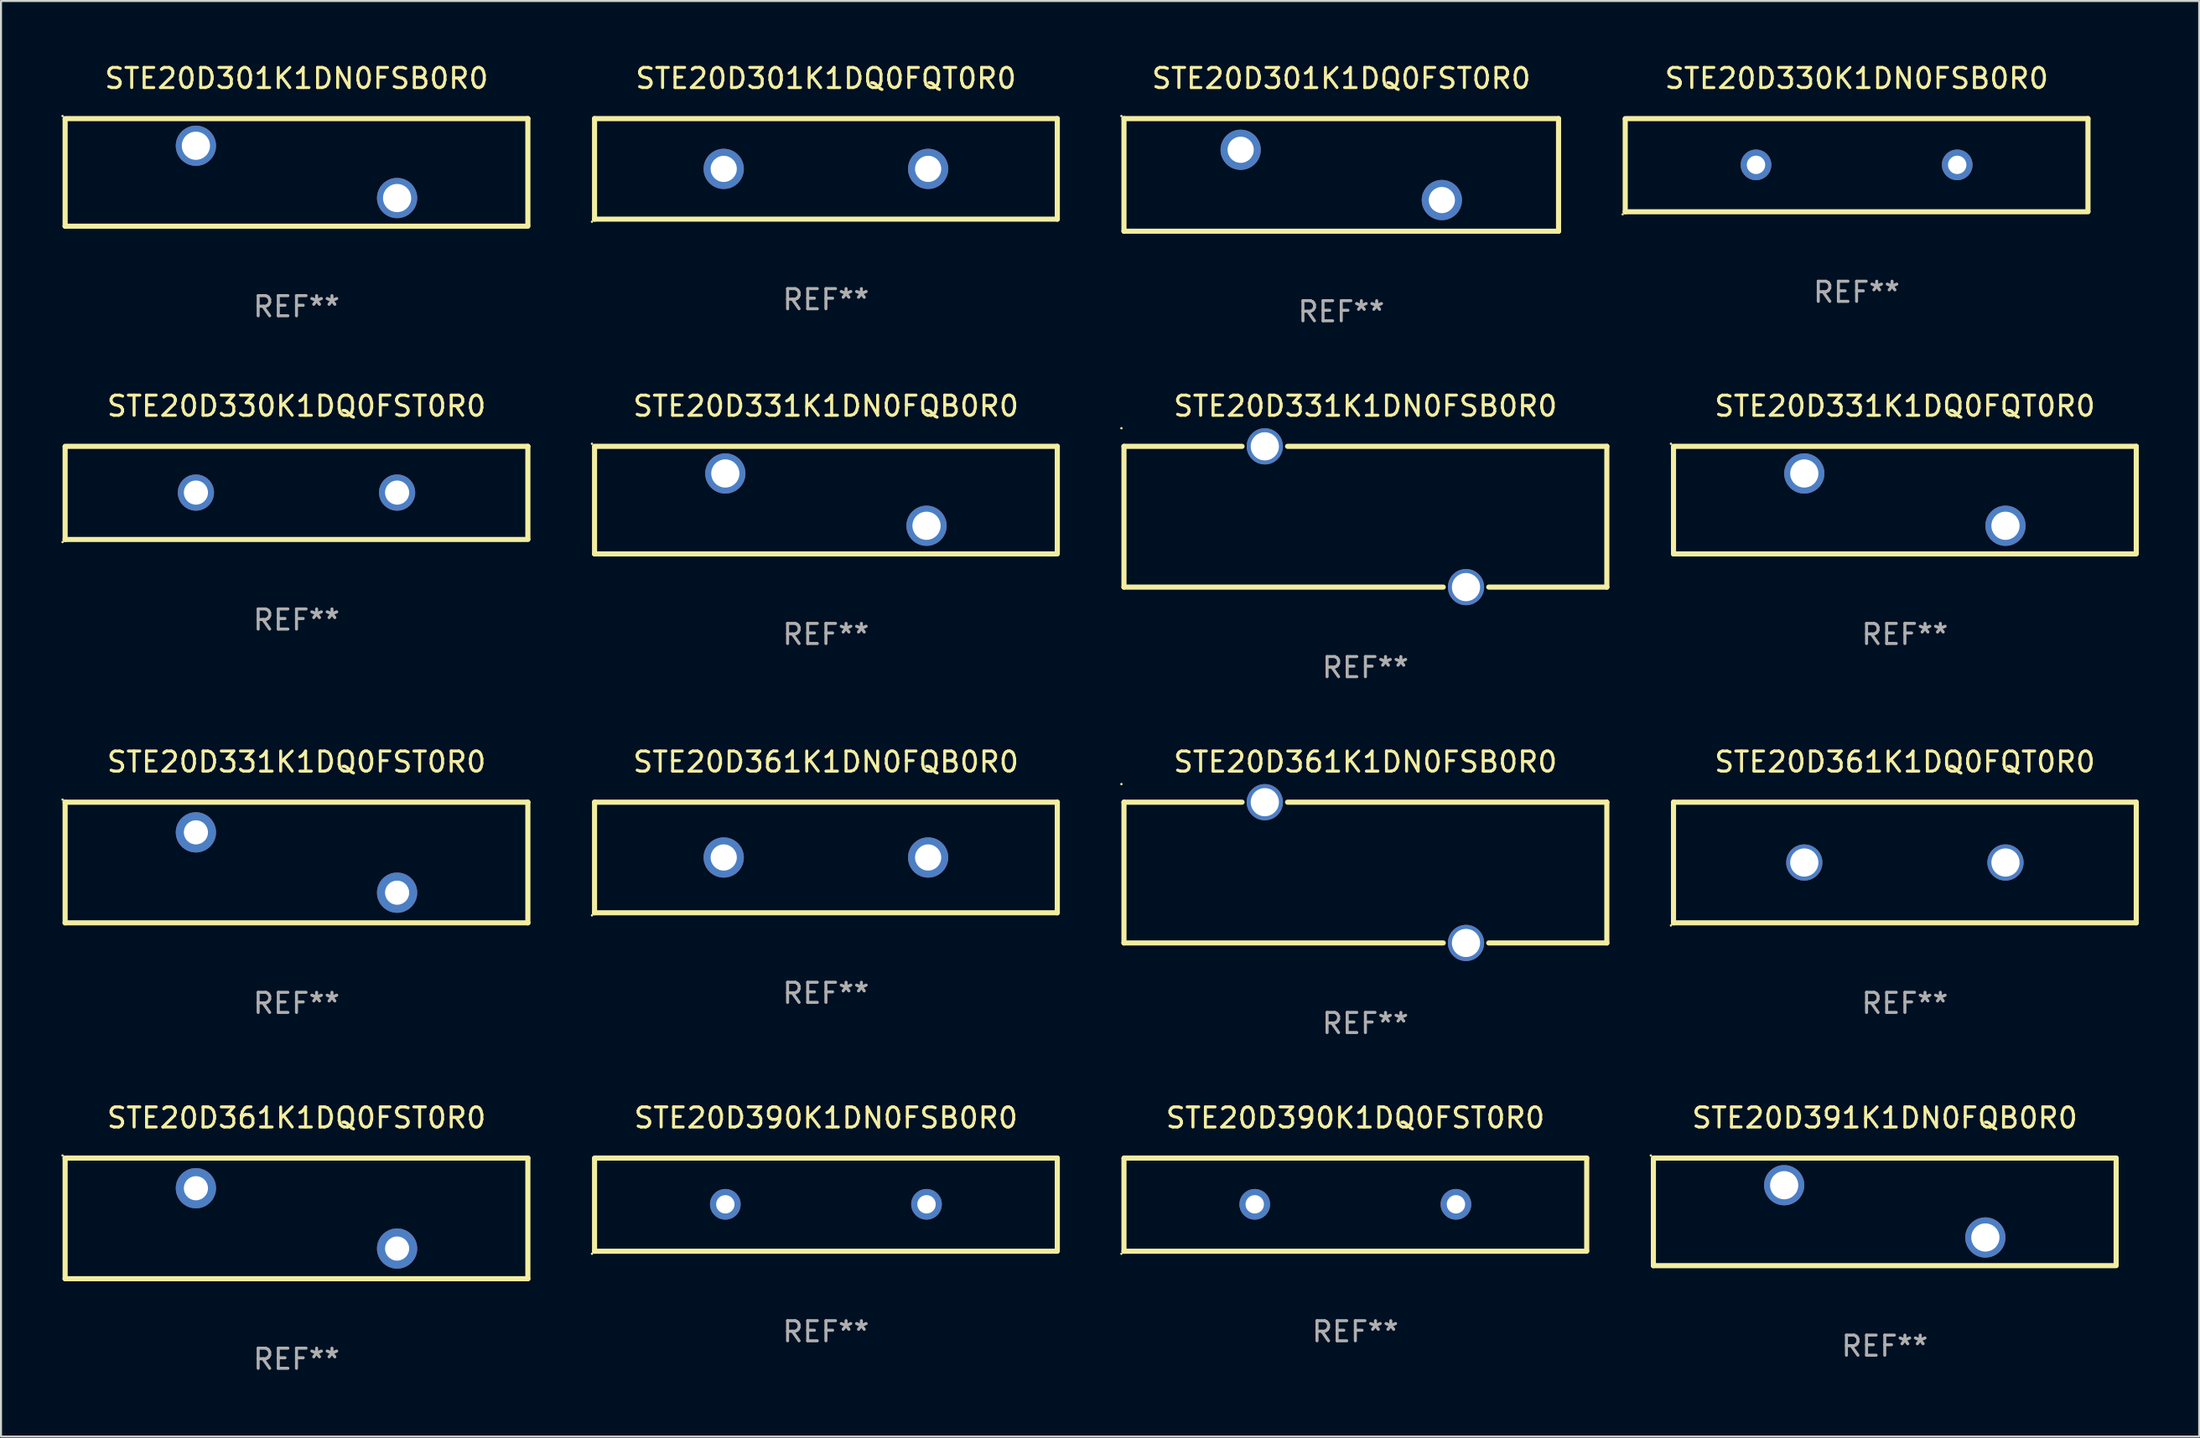
<source format=kicad_pcb>
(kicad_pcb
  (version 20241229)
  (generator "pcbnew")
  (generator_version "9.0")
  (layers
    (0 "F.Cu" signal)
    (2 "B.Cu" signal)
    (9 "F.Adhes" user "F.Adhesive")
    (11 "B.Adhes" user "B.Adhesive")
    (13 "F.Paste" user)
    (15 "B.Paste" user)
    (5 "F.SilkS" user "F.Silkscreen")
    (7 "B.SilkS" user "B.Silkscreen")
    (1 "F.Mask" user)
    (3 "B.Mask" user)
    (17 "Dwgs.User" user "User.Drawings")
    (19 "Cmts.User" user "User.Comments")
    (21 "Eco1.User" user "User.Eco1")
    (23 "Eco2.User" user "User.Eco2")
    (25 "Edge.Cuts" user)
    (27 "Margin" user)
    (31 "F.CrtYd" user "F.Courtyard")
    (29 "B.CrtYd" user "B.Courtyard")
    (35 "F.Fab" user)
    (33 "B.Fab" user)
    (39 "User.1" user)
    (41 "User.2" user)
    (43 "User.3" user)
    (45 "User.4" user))
  (footprint "STE20D330K1DQ0FST0R0"
    (layer "F.Cu")
    (at 11.687 21.461)
    (property "Reference" "STE20D330K1DQ0FST0R0" (at 0 -4.316 0) (layer "F.SilkS") (effects (font (size 1 1) (thickness 0.15))))
    (attr through_hole)
    (fp_line (start -11.5 -2.316) (end 11.5 -2.316) (stroke (width 0.254) (type solid)) (layer "F.SilkS"))
    (fp_line (start -11.5 2.316) (end -11.5 -2.284) (stroke (width 0.254) (type solid)) (layer "F.SilkS"))
    (fp_line (start 11.5 -2.316) (end 11.5 2.284) (stroke (width 0.254) (type solid)) (layer "F.SilkS"))
    (fp_line (start 11.5 2.316) (end -11.5 2.316) (stroke (width 0.254) (type solid)) (layer "F.SilkS"))
    (fp_circle (center -11.627 2.443) (end -11.597 2.443) (stroke (width 0.06) (type solid)) (fill no) (layer "F.SilkS"))
    (fp_text user "REF**" (at 0 6.316 0) (layer "F.Fab") (effects (font (size 1 1) (thickness 0.15))))
    (pad "1" thru_hole circle (at -5 -0.016) (size 1.8 1.8) (drill 1.2) (layers "*.Cu" "*.Mask"))
    (pad "2" thru_hole circle (at 5 -0.016) (size 1.8 1.8) (drill 1.2) (layers "*.Cu" "*.Mask")))
  (footprint "STE20D391K1DN0FQB0R0"
    (layer "F.Cu")
    (at 90.629 57.213)
    (property "Reference" "STE20D391K1DN0FQB0R0" (at 0 -4.675 0) (layer "F.SilkS") (effects (font (size 1 1) (thickness 0.15))))
    (attr through_hole)
    (fp_line (start -11.5 -2.675) (end 11.5 -2.675) (stroke (width 0.254) (type solid)) (layer "F.SilkS"))
    (fp_line (start -11.5 2.675) (end -11.5 -2.625) (stroke (width 0.254) (type solid)) (layer "F.SilkS"))
    (fp_line (start 11.5 -2.675) (end 11.5 2.625) (stroke (width 0.254) (type solid)) (layer "F.SilkS"))
    (fp_line (start 11.5 2.675) (end -11.5 2.675) (stroke (width 0.254) (type solid)) (layer "F.SilkS"))
    (fp_circle (center -11.627 -2.802) (end -11.597 -2.802) (stroke (width 0.06) (type solid)) (fill no) (layer "F.SilkS"))
    (fp_text user "REF**" (at 0 6.675 0) (layer "F.Fab") (effects (font (size 1 1) (thickness 0.15))))
    (pad "1" thru_hole circle (at -5 -1.325) (size 2 2) (drill 1.4) (layers "*.Cu" "*.Mask"))
    (pad "2" thru_hole circle (at 5 1.275) (size 2 2) (drill 1.4) (layers "*.Cu" "*.Mask")))
  (footprint "STE20D361K1DN0FQB0R0"
    (layer "F.Cu")
    (at 38.001 39.591)
    (property "Reference" "STE20D361K1DN0FQB0R0" (at 0 -4.75 0) (layer "F.SilkS") (effects (font (size 1 1) (thickness 0.15))))
    (attr through_hole)
    (fp_line (start -11.5 -2.75) (end 11.5 -2.75) (stroke (width 0.254) (type solid)) (layer "F.SilkS"))
    (fp_line (start -11.5 2.75) (end -11.5 -2.75) (stroke (width 0.254) (type solid)) (layer "F.SilkS"))
    (fp_line (start 11.5 -2.75) (end 11.5 2.75) (stroke (width 0.254) (type solid)) (layer "F.SilkS"))
    (fp_line (start 11.5 2.75) (end -11.5 2.75) (stroke (width 0.254) (type solid)) (layer "F.SilkS"))
    (fp_circle (center -11.627 2.877) (end -11.597 2.877) (stroke (width 0.06) (type solid)) (fill no) (layer "F.SilkS"))
    (fp_text user "REF**" (at 0 6.75 0) (layer "F.Fab") (effects (font (size 1 1) (thickness 0.15))))
    (pad "1" thru_hole circle (at -5.08 -0.000013) (size 2 2) (drill 1.3) (layers "*.Cu" "*.Mask"))
    (pad "2" thru_hole circle (at 5.08 -0.000013) (size 2 2) (drill 1.3) (layers "*.Cu" "*.Mask")))
  (footprint "STE20D301K1DQ0FQT0R0"
    (layer "F.Cu")
    (at 38.001 5.348)
    (property "Reference" "STE20D301K1DQ0FQT0R0" (at 0 -4.5 0) (layer "F.SilkS") (effects (font (size 1 1) (thickness 0.15))))
    (attr through_hole)
    (fp_line (start -11.5 -2.5) (end 11.5 -2.5) (stroke (width 0.254) (type solid)) (layer "F.SilkS"))
    (fp_line (start -11.5 2.5) (end -11.5 -2.5) (stroke (width 0.254) (type solid)) (layer "F.SilkS"))
    (fp_line (start 11.5 -2.5) (end 11.5 2.5) (stroke (width 0.254) (type solid)) (layer "F.SilkS"))
    (fp_line (start 11.5 2.5) (end -11.5 2.5) (stroke (width 0.254) (type solid)) (layer "F.SilkS"))
    (fp_circle (center -11.627 2.627) (end -11.597 2.627) (stroke (width 0.06) (type solid)) (fill no) (layer "F.SilkS"))
    (fp_text user "REF**" (at 0 6.5 0) (layer "F.Fab") (effects (font (size 1 1) (thickness 0.15))))
    (pad "1" thru_hole circle (at -5.08 0) (size 2 2) (drill 1.3) (layers "*.Cu" "*.Mask"))
    (pad "2" thru_hole circle (at 5.08 0) (size 2 2) (drill 1.3) (layers "*.Cu" "*.Mask")))
  (footprint "STE20D361K1DQ0FST0R0"
    (layer "F.Cu")
    (at 11.687 57.538)
    (property "Reference" "STE20D361K1DQ0FST0R0" (at 0 -5 0) (layer "F.SilkS") (effects (font (size 1 1) (thickness 0.15))))
    (attr through_hole)
    (fp_line (start -11.5 -3) (end 11.5 -3) (stroke (width 0.254) (type solid)) (layer "F.SilkS"))
    (fp_line (start -11.5 3) (end -11.5 -3) (stroke (width 0.254) (type solid)) (layer "F.SilkS"))
    (fp_line (start 11.5 -3) (end 11.5 3) (stroke (width 0.254) (type solid)) (layer "F.SilkS"))
    (fp_line (start 11.5 3) (end -11.5 3) (stroke (width 0.254) (type solid)) (layer "F.SilkS"))
    (fp_circle (center -11.627 -3.127) (end -11.597 -3.127) (stroke (width 0.06) (type solid)) (fill no) (layer "F.SilkS"))
    (fp_text user "REF**" (at 0 7 0) (layer "F.Fab") (effects (font (size 1 1) (thickness 0.15))))
    (pad "1" thru_hole circle (at -5 -1.5) (size 2 2) (drill 1.2) (layers "*.Cu" "*.Mask"))
    (pad "2" thru_hole circle (at 5 1.5) (size 2 2) (drill 1.2) (layers "*.Cu" "*.Mask")))
  (footprint "STE20D301K1DQ0FST0R0"
    (layer "F.Cu")
    (at 63.615 5.648)
    (property "Reference" "STE20D301K1DQ0FST0R0" (at 0 -4.8 0) (layer "F.SilkS") (effects (font (size 1 1) (thickness 0.15))))
    (attr through_hole)
    (fp_line (start -10.8 -2.8) (end 10.8 -2.8) (stroke (width 0.254) (type solid)) (layer "F.SilkS"))
    (fp_line (start -10.8 2.8) (end -10.8 -2.8) (stroke (width 0.254) (type solid)) (layer "F.SilkS"))
    (fp_line (start 10.8 -2.8) (end 10.8 2.8) (stroke (width 0.254) (type solid)) (layer "F.SilkS"))
    (fp_line (start 10.8 2.8) (end -10.8 2.8) (stroke (width 0.254) (type solid)) (layer "F.SilkS"))
    (fp_circle (center -10.927 -2.927) (end -10.897 -2.927) (stroke (width 0.06) (type solid)) (fill no) (layer "F.SilkS"))
    (fp_text user "REF**" (at 0 6.8 0) (layer "F.Fab") (effects (font (size 1 1) (thickness 0.15))))
    (pad "1" thru_hole circle (at -5 -1.25) (size 2 2) (drill 1.3) (layers "*.Cu" "*.Mask"))
    (pad "2" thru_hole circle (at 5 1.25) (size 2 2) (drill 1.3) (layers "*.Cu" "*.Mask")))
  (footprint "STE20D301K1DN0FSB0R0"
    (layer "F.Cu")
    (at 11.687 5.523)
    (property "Reference" "STE20D301K1DN0FSB0R0" (at 0 -4.675 0) (layer "F.SilkS") (effects (font (size 1 1) (thickness 0.15))))
    (attr through_hole)
    (fp_line (start -11.5 -2.675) (end 11.5 -2.675) (stroke (width 0.254) (type solid)) (layer "F.SilkS"))
    (fp_line (start -11.5 2.675) (end -11.5 -2.625) (stroke (width 0.254) (type solid)) (layer "F.SilkS"))
    (fp_line (start 11.5 -2.675) (end 11.5 2.625) (stroke (width 0.254) (type solid)) (layer "F.SilkS"))
    (fp_line (start 11.5 2.675) (end -11.5 2.675) (stroke (width 0.254) (type solid)) (layer "F.SilkS"))
    (fp_circle (center -11.627 -2.802) (end -11.597 -2.802) (stroke (width 0.06) (type solid)) (fill no) (layer "F.SilkS"))
    (fp_text user "REF**" (at 0 6.675 0) (layer "F.Fab") (effects (font (size 1 1) (thickness 0.15))))
    (pad "1" thru_hole circle (at -5 -1.325) (size 2 2) (drill 1.4) (layers "*.Cu" "*.Mask"))
    (pad "2" thru_hole circle (at 5 1.275) (size 2 2) (drill 1.4) (layers "*.Cu" "*.Mask")))
  (footprint "STE20D331K1DQ0FST0R0"
    (layer "F.Cu")
    (at 11.687 39.841)
    (property "Reference" "STE20D331K1DQ0FST0R0" (at 0 -5 0) (layer "F.SilkS") (effects (font (size 1 1) (thickness 0.15))))
    (attr through_hole)
    (fp_line (start -11.5 -3) (end 11.5 -3) (stroke (width 0.254) (type solid)) (layer "F.SilkS"))
    (fp_line (start -11.5 3) (end -11.5 -3) (stroke (width 0.254) (type solid)) (layer "F.SilkS"))
    (fp_line (start 11.5 -3) (end 11.5 3) (stroke (width 0.254) (type solid)) (layer "F.SilkS"))
    (fp_line (start 11.5 3) (end -11.5 3) (stroke (width 0.254) (type solid)) (layer "F.SilkS"))
    (fp_circle (center -11.627 -3.127) (end -11.597 -3.127) (stroke (width 0.06) (type solid)) (fill no) (layer "F.SilkS"))
    (fp_text user "REF**" (at 0 7 0) (layer "F.Fab") (effects (font (size 1 1) (thickness 0.15))))
    (pad "1" thru_hole circle (at -5 -1.5) (size 2 2) (drill 1.2) (layers "*.Cu" "*.Mask"))
    (pad "2" thru_hole circle (at 5 1.5) (size 2 2) (drill 1.2) (layers "*.Cu" "*.Mask")))
  (footprint "STE20D331K1DQ0FQT0R0"
    (layer "F.Cu")
    (at 91.629 21.82)
    (property "Reference" "STE20D331K1DQ0FQT0R0" (at 0 -4.675 0) (layer "F.SilkS") (effects (font (size 1 1) (thickness 0.15))))
    (attr through_hole)
    (fp_line (start -11.5 -2.675) (end 11.5 -2.675) (stroke (width 0.254) (type solid)) (layer "F.SilkS"))
    (fp_line (start -11.5 2.675) (end -11.5 -2.625) (stroke (width 0.254) (type solid)) (layer "F.SilkS"))
    (fp_line (start 11.5 -2.675) (end 11.5 2.625) (stroke (width 0.254) (type solid)) (layer "F.SilkS"))
    (fp_line (start 11.5 2.675) (end -11.5 2.675) (stroke (width 0.254) (type solid)) (layer "F.SilkS"))
    (fp_circle (center -11.627 -2.802) (end -11.597 -2.802) (stroke (width 0.06) (type solid)) (fill no) (layer "F.SilkS"))
    (fp_text user "REF**" (at 0 6.675 0) (layer "F.Fab") (effects (font (size 1 1) (thickness 0.15))))
    (pad "1" thru_hole circle (at -5 -1.325) (size 2 2) (drill 1.4) (layers "*.Cu" "*.Mask"))
    (pad "2" thru_hole circle (at 5 1.275) (size 2 2) (drill 1.4) (layers "*.Cu" "*.Mask")))
  (footprint "STE20D331K1DN0FSB0R0"
    (layer "F.Cu")
    (at 64.815 22.645)
    (property "Reference" "STE20D331K1DN0FSB0R0" (at 0 -5.5 0) (layer "F.SilkS") (effects (font (size 1 1) (thickness 0.15))))
    (attr through_hole)
    (fp_line (start -12 -3.5) (end -6.131 -3.5) (stroke (width 0.254) (type solid)) (layer "F.SilkS"))
    (fp_line (start -12 3.5) (end -12 -3.5) (stroke (width 0.254) (type solid)) (layer "F.SilkS"))
    (fp_line (start -3.869 -3.5) (end 12 -3.5) (stroke (width 0.254) (type solid)) (layer "F.SilkS"))
    (fp_line (start 3.869 3.5) (end -12 3.5) (stroke (width 0.254) (type solid)) (layer "F.SilkS"))
    (fp_line (start 12 -3.5) (end 12 3.5) (stroke (width 0.254) (type solid)) (layer "F.SilkS"))
    (fp_line (start 12 3.5) (end 6.131 3.5) (stroke (width 0.254) (type solid)) (layer "F.SilkS"))
    (fp_circle (center -12.127 -4.4) (end -12.097 -4.4) (stroke (width 0.06) (type solid)) (fill no) (layer "F.SilkS"))
    (fp_text user "REF**" (at 0 7.5 0) (layer "F.Fab") (effects (font (size 1 1) (thickness 0.15))))
    (pad "1" thru_hole circle (at -5 -3.5) (size 1.8 1.8) (drill 1.4) (layers "*.Cu" "*.Mask"))
    (pad "2" thru_hole circle (at 5 3.5) (size 1.8 1.8) (drill 1.4) (layers "*.Cu" "*.Mask")))
  (footprint "STE20D330K1DN0FSB0R0"
    (layer "F.Cu")
    (at 89.229 5.164)
    (property "Reference" "STE20D330K1DN0FSB0R0" (at 0 -4.316 0) (layer "F.SilkS") (effects (font (size 1 1) (thickness 0.15))))
    (attr through_hole)
    (fp_line (start -11.5 -2.316) (end 11.5 -2.316) (stroke (width 0.254) (type solid)) (layer "F.SilkS"))
    (fp_line (start -11.5 2.316) (end -11.5 -2.284) (stroke (width 0.254) (type solid)) (layer "F.SilkS"))
    (fp_line (start 11.5 -2.316) (end 11.5 2.284) (stroke (width 0.254) (type solid)) (layer "F.SilkS"))
    (fp_line (start 11.5 2.316) (end -11.5 2.316) (stroke (width 0.254) (type solid)) (layer "F.SilkS"))
    (fp_circle (center -11.627 2.443) (end -11.597 2.443) (stroke (width 0.06) (type solid)) (fill no) (layer "F.SilkS"))
    (fp_text user "REF**" (at 0 6.316 0) (layer "F.Fab") (effects (font (size 1 1) (thickness 0.15))))
    (pad "1" thru_hole circle (at -5 -0.016) (size 1.524 1.524) (drill 0.914) (layers "*.Cu" "*.Mask"))
    (pad "2" thru_hole circle (at 5 -0.016) (size 1.524 1.524) (drill 0.914) (layers "*.Cu" "*.Mask")))
  (footprint "STE20D390K1DN0FSB0R0"
    (layer "F.Cu")
    (at 38.001 56.854)
    (property "Reference" "STE20D390K1DN0FSB0R0" (at 0 -4.316 0) (layer "F.SilkS") (effects (font (size 1 1) (thickness 0.15))))
    (attr through_hole)
    (fp_line (start -11.5 -2.316) (end 11.5 -2.316) (stroke (width 0.254) (type solid)) (layer "F.SilkS"))
    (fp_line (start -11.5 2.316) (end -11.5 -2.284) (stroke (width 0.254) (type solid)) (layer "F.SilkS"))
    (fp_line (start 11.5 -2.316) (end 11.5 2.284) (stroke (width 0.254) (type solid)) (layer "F.SilkS"))
    (fp_line (start 11.5 2.316) (end -11.5 2.316) (stroke (width 0.254) (type solid)) (layer "F.SilkS"))
    (fp_circle (center -11.627 2.443) (end -11.597 2.443) (stroke (width 0.06) (type solid)) (fill no) (layer "F.SilkS"))
    (fp_text user "REF**" (at 0 6.316 0) (layer "F.Fab") (effects (font (size 1 1) (thickness 0.15))))
    (pad "1" thru_hole circle (at -5 -0.016) (size 1.524 1.524) (drill 0.914) (layers "*.Cu" "*.Mask"))
    (pad "2" thru_hole circle (at 5 -0.016) (size 1.524 1.524) (drill 0.914) (layers "*.Cu" "*.Mask")))
  (footprint "STE20D361K1DQ0FQT0R0"
    (layer "F.Cu")
    (at 91.629 39.841)
    (property "Reference" "STE20D361K1DQ0FQT0R0" (at 0 -5 0) (layer "F.SilkS") (effects (font (size 1 1) (thickness 0.15))))
    (attr through_hole)
    (fp_line (start -11.5 -3) (end 11.5 -3) (stroke (width 0.254) (type solid)) (layer "F.SilkS"))
    (fp_line (start -11.5 3) (end -11.5 -3) (stroke (width 0.254) (type solid)) (layer "F.SilkS"))
    (fp_line (start 11.5 -3) (end 11.5 3) (stroke (width 0.254) (type solid)) (layer "F.SilkS"))
    (fp_line (start 11.5 3) (end -11.5 3) (stroke (width 0.254) (type solid)) (layer "F.SilkS"))
    (fp_circle (center -11.627 3.127) (end -11.597 3.127) (stroke (width 0.06) (type solid)) (fill no) (layer "F.SilkS"))
    (fp_text user "REF**" (at 0 7 0) (layer "F.Fab") (effects (font (size 1 1) (thickness 0.15))))
    (pad "1" thru_hole circle (at -5 0) (size 1.8 1.8) (drill 1.4) (layers "*.Cu" "*.Mask"))
    (pad "2" thru_hole circle (at 5 0) (size 1.8 1.8) (drill 1.4) (layers "*.Cu" "*.Mask")))
  (footprint "STE20D331K1DN0FQB0R0"
    (layer "F.Cu")
    (at 38.001 21.82)
    (property "Reference" "STE20D331K1DN0FQB0R0" (at 0 -4.675 0) (layer "F.SilkS") (effects (font (size 1 1) (thickness 0.15))))
    (attr through_hole)
    (fp_line (start -11.5 -2.675) (end 11.5 -2.675) (stroke (width 0.254) (type solid)) (layer "F.SilkS"))
    (fp_line (start -11.5 2.675) (end -11.5 -2.625) (stroke (width 0.254) (type solid)) (layer "F.SilkS"))
    (fp_line (start 11.5 -2.675) (end 11.5 2.625) (stroke (width 0.254) (type solid)) (layer "F.SilkS"))
    (fp_line (start 11.5 2.675) (end -11.5 2.675) (stroke (width 0.254) (type solid)) (layer "F.SilkS"))
    (fp_circle (center -11.627 -2.802) (end -11.597 -2.802) (stroke (width 0.06) (type solid)) (fill no) (layer "F.SilkS"))
    (fp_text user "REF**" (at 0 6.675 0) (layer "F.Fab") (effects (font (size 1 1) (thickness 0.15))))
    (pad "1" thru_hole circle (at -5 -1.325) (size 2 2) (drill 1.4) (layers "*.Cu" "*.Mask"))
    (pad "2" thru_hole circle (at 5 1.275) (size 2 2) (drill 1.4) (layers "*.Cu" "*.Mask")))
  (footprint "STE20D390K1DQ0FST0R0"
    (layer "F.Cu")
    (at 64.315 56.854)
    (property "Reference" "STE20D390K1DQ0FST0R0" (at 0 -4.316 0) (layer "F.SilkS") (effects (font (size 1 1) (thickness 0.15))))
    (attr through_hole)
    (fp_line (start -11.5 -2.316) (end 11.5 -2.316) (stroke (width 0.254) (type solid)) (layer "F.SilkS"))
    (fp_line (start -11.5 2.316) (end -11.5 -2.284) (stroke (width 0.254) (type solid)) (layer "F.SilkS"))
    (fp_line (start 11.5 -2.316) (end 11.5 2.284) (stroke (width 0.254) (type solid)) (layer "F.SilkS"))
    (fp_line (start 11.5 2.316) (end -11.5 2.316) (stroke (width 0.254) (type solid)) (layer "F.SilkS"))
    (fp_circle (center -11.627 2.443) (end -11.597 2.443) (stroke (width 0.06) (type solid)) (fill no) (layer "F.SilkS"))
    (fp_text user "REF**" (at 0 6.316 0) (layer "F.Fab") (effects (font (size 1 1) (thickness 0.15))))
    (pad "1" thru_hole circle (at -5 -0.016) (size 1.524 1.524) (drill 0.914) (layers "*.Cu" "*.Mask"))
    (pad "2" thru_hole circle (at 5 -0.016) (size 1.524 1.524) (drill 0.914) (layers "*.Cu" "*.Mask")))
  (footprint "STE20D361K1DN0FSB0R0"
    (layer "F.Cu")
    (at 64.815 40.341)
    (property "Reference" "STE20D361K1DN0FSB0R0" (at 0 -5.5 0) (layer "F.SilkS") (effects (font (size 1 1) (thickness 0.15))))
    (attr through_hole)
    (fp_line (start -12 -3.5) (end -6.131 -3.5) (stroke (width 0.254) (type solid)) (layer "F.SilkS"))
    (fp_line (start -12 3.5) (end -12 -3.5) (stroke (width 0.254) (type solid)) (layer "F.SilkS"))
    (fp_line (start -3.869 -3.5) (end 12 -3.5) (stroke (width 0.254) (type solid)) (layer "F.SilkS"))
    (fp_line (start 3.869 3.5) (end -12 3.5) (stroke (width 0.254) (type solid)) (layer "F.SilkS"))
    (fp_line (start 12 -3.5) (end 12 3.5) (stroke (width 0.254) (type solid)) (layer "F.SilkS"))
    (fp_line (start 12 3.5) (end 6.131 3.5) (stroke (width 0.254) (type solid)) (layer "F.SilkS"))
    (fp_circle (center -12.127 -4.4) (end -12.097 -4.4) (stroke (width 0.06) (type solid)) (fill no) (layer "F.SilkS"))
    (fp_text user "REF**" (at 0 7.5 0) (layer "F.Fab") (effects (font (size 1 1) (thickness 0.15))))
    (pad "1" thru_hole circle (at -5 -3.5) (size 1.8 1.8) (drill 1.4) (layers "*.Cu" "*.Mask"))
    (pad "2" thru_hole circle (at 5 3.5) (size 1.8 1.8) (drill 1.4) (layers "*.Cu" "*.Mask")))
  (gr_rect
    (start -3 -3)
    (end 106.256 68.386)
    (stroke (width 0.1) (type default))
    (fill no)
    (layer "Edge.Cuts")))
</source>
